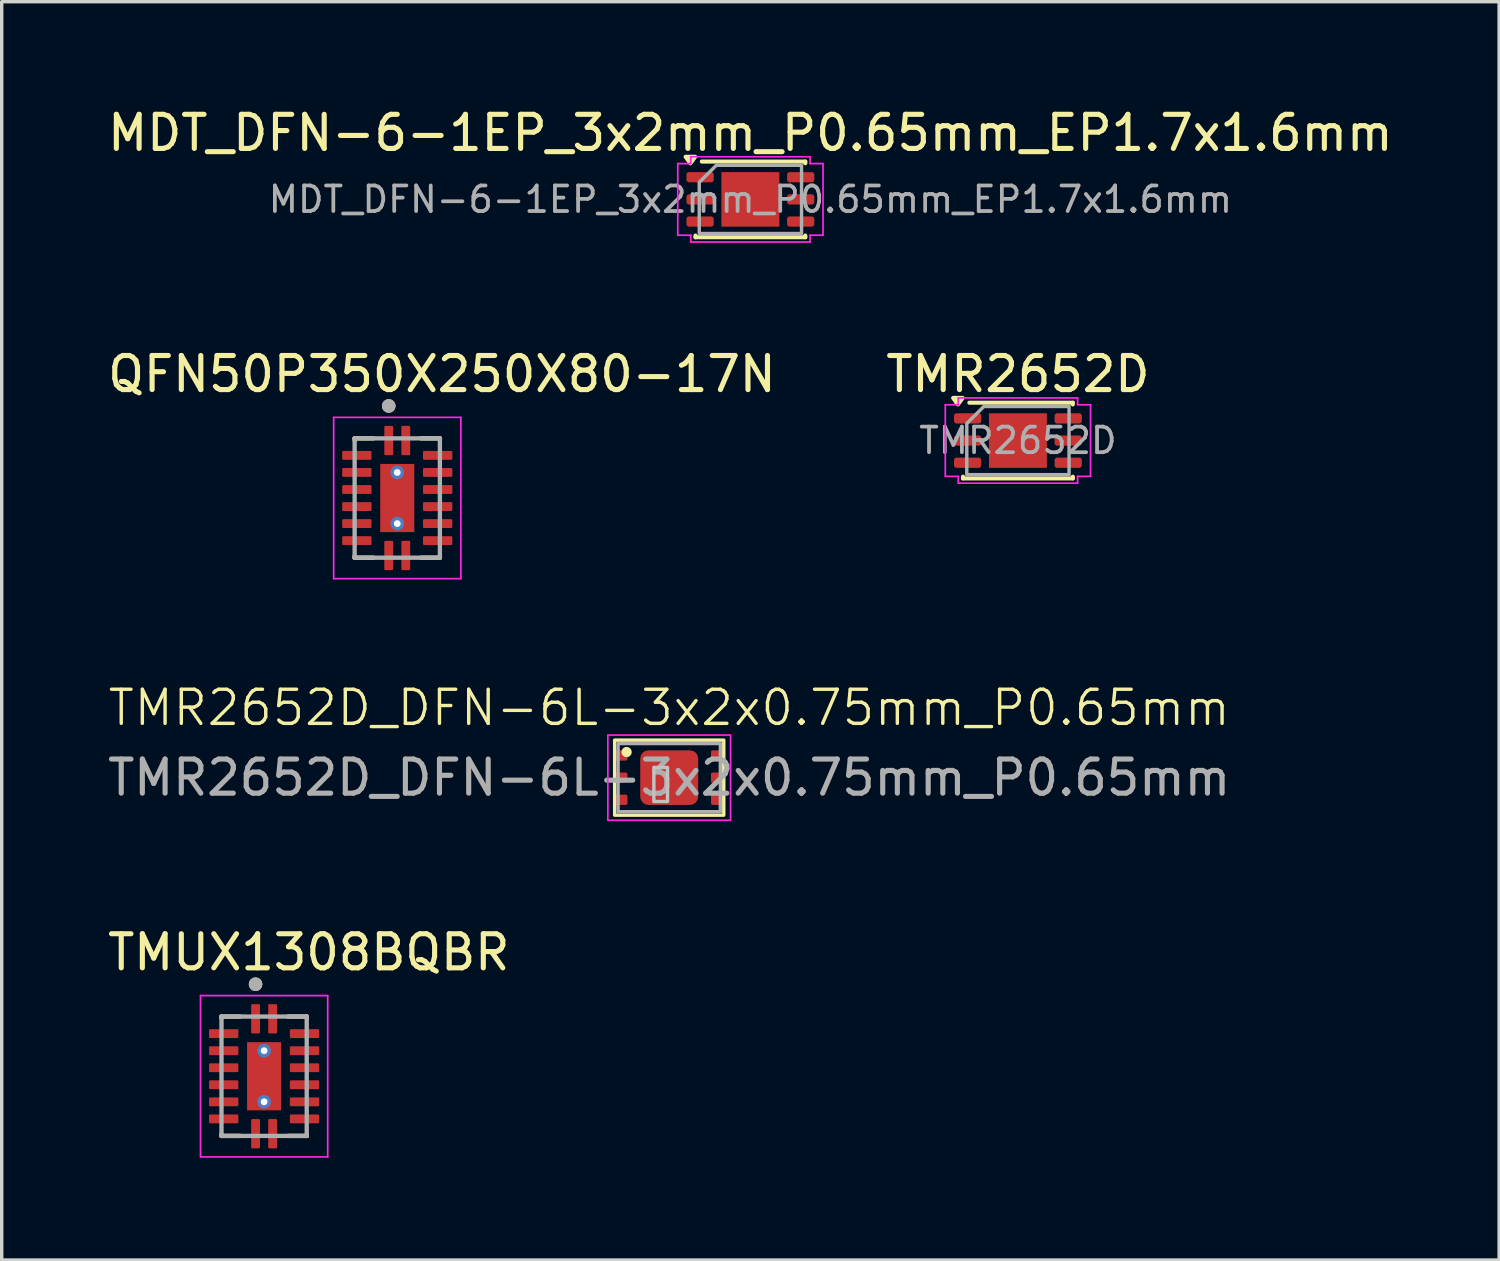
<source format=kicad_pcb>
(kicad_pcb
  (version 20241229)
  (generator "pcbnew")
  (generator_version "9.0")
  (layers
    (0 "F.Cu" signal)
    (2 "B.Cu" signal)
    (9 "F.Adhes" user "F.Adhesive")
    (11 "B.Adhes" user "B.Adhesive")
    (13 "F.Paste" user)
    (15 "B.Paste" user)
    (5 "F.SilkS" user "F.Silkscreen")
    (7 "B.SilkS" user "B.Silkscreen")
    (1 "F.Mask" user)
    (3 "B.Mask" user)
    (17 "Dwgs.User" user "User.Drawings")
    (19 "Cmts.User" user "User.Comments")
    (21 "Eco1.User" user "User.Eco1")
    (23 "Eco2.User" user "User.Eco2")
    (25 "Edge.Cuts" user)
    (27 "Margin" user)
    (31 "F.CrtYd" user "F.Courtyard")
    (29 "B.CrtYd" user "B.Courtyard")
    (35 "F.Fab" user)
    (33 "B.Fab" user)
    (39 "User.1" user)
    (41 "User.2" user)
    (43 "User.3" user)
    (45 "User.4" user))
  (footprint "QFN50P350X250X80-17N"
    (layer "F.Cu")
    (at 8.601 11.556)
    (property "Reference" "QFN50P350X250X80-17N" (at 1.31 -3.635 0) (layer "F.SilkS") (effects (font (size 1 1) (thickness 0.15))))
    (attr smd)
    (fp_line (start -1.25 -1.75) (end -1.25 -1.7) (stroke (width 0.127) (type solid)) (layer "F.SilkS"))
    (fp_line (start -1.25 -1.75) (end -0.7 -1.75) (stroke (width 0.127) (type solid)) (layer "F.SilkS"))
    (fp_line (start -1.25 1.75) (end -1.25 1.7) (stroke (width 0.127) (type solid)) (layer "F.SilkS"))
    (fp_line (start -1.25 1.75) (end -0.7 1.75) (stroke (width 0.127) (type solid)) (layer "F.SilkS"))
    (fp_line (start 1.25 -1.75) (end 0.7 -1.75) (stroke (width 0.127) (type solid)) (layer "F.SilkS"))
    (fp_line (start 1.25 -1.75) (end 1.25 -1.7) (stroke (width 0.127) (type solid)) (layer "F.SilkS"))
    (fp_line (start 1.25 1.75) (end 0.7 1.75) (stroke (width 0.127) (type solid)) (layer "F.SilkS"))
    (fp_line (start 1.25 1.75) (end 1.25 1.7) (stroke (width 0.127) (type solid)) (layer "F.SilkS"))
    (fp_circle (center -0.25 -2.7) (end -0.15 -2.7) (stroke (width 0.2) (type solid)) (fill no) (layer "F.SilkS"))
    (fp_poly (pts (xy -0.315 -0.63) (xy 0.315 -0.63) (xy 0.315 0.63) (xy -0.315 0.63)) (stroke (width 0.01) (type solid)) (fill yes) (layer "F.Paste"))
    (fp_line (start -1.865 -2.365) (end 1.865 -2.365) (stroke (width 0.05) (type solid)) (layer "F.CrtYd"))
    (fp_line (start -1.865 2.365) (end -1.865 -2.365) (stroke (width 0.05) (type solid)) (layer "F.CrtYd"))
    (fp_line (start -1.865 2.365) (end 1.865 2.365) (stroke (width 0.05) (type solid)) (layer "F.CrtYd"))
    (fp_line (start 1.865 2.365) (end 1.865 -2.365) (stroke (width 0.05) (type solid)) (layer "F.CrtYd"))
    (fp_line (start -1.25 1.75) (end -1.25 -1.75) (stroke (width 0.127) (type solid)) (layer "F.Fab"))
    (fp_line (start 1.25 -1.75) (end -1.25 -1.75) (stroke (width 0.127) (type solid)) (layer "F.Fab"))
    (fp_line (start 1.25 1.75) (end -1.25 1.75) (stroke (width 0.127) (type solid)) (layer "F.Fab"))
    (fp_line (start 1.25 1.75) (end 1.25 -1.75) (stroke (width 0.127) (type solid)) (layer "F.Fab"))
    (fp_circle (center -0.25 -2.7) (end -0.15 -2.7) (stroke (width 0.2) (type solid)) (fill no) (layer "F.Fab"))
    (pad "1" smd roundrect (at -0.25 -1.685) (size 0.26 0.86) (layers "F.Cu" "F.Mask" "F.Paste") (roundrect_rratio 0.125))
    (pad "2" smd roundrect (at -1.185 -1.25) (size 0.86 0.26) (layers "F.Cu" "F.Mask" "F.Paste") (roundrect_rratio 0.125))
    (pad "3" smd roundrect (at -1.185 -0.75) (size 0.86 0.26) (layers "F.Cu" "F.Mask" "F.Paste") (roundrect_rratio 0.125))
    (pad "4" smd roundrect (at -1.185 -0.25) (size 0.86 0.26) (layers "F.Cu" "F.Mask" "F.Paste") (roundrect_rratio 0.125))
    (pad "5" smd roundrect (at -1.185 0.25) (size 0.86 0.26) (layers "F.Cu" "F.Mask" "F.Paste") (roundrect_rratio 0.125))
    (pad "6" smd roundrect (at -1.185 0.75) (size 0.86 0.26) (layers "F.Cu" "F.Mask" "F.Paste") (roundrect_rratio 0.125))
    (pad "7" smd roundrect (at -1.185 1.25) (size 0.86 0.26) (layers "F.Cu" "F.Mask" "F.Paste") (roundrect_rratio 0.125))
    (pad "8" smd roundrect (at -0.25 1.685) (size 0.26 0.86) (layers "F.Cu" "F.Mask" "F.Paste") (roundrect_rratio 0.125))
    (pad "9" smd roundrect (at 0.25 1.685) (size 0.26 0.86) (layers "F.Cu" "F.Mask" "F.Paste") (roundrect_rratio 0.125))
    (pad "10" smd roundrect (at 1.185 1.25) (size 0.86 0.26) (layers "F.Cu" "F.Mask" "F.Paste") (roundrect_rratio 0.125))
    (pad "11" smd roundrect (at 1.185 0.75) (size 0.86 0.26) (layers "F.Cu" "F.Mask" "F.Paste") (roundrect_rratio 0.125))
    (pad "12" smd roundrect (at 1.185 0.25) (size 0.86 0.26) (layers "F.Cu" "F.Mask" "F.Paste") (roundrect_rratio 0.125))
    (pad "13" smd roundrect (at 1.185 -0.25) (size 0.86 0.26) (layers "F.Cu" "F.Mask" "F.Paste") (roundrect_rratio 0.125))
    (pad "14" smd roundrect (at 1.185 -0.75) (size 0.86 0.26) (layers "F.Cu" "F.Mask" "F.Paste") (roundrect_rratio 0.125))
    (pad "15" smd roundrect (at 1.185 -1.25) (size 0.86 0.26) (layers "F.Cu" "F.Mask" "F.Paste") (roundrect_rratio 0.125))
    (pad "16" smd roundrect (at 0.25 -1.685) (size 0.26 0.86) (layers "F.Cu" "F.Mask" "F.Paste") (roundrect_rratio 0.125))
    (pad "17" smd rect (at 0 0) (size 1 2) (layers "F.Cu" "F.Mask"))
    (pad "18" thru_hole circle (at 0 -0.75) (size 0.4 0.4) (drill 0.2) (layers "*.Cu"))
    (pad "19" thru_hole circle (at 0 0.75) (size 0.4 0.4) (drill 0.2) (layers "*.Cu")))
  (footprint "MDT_DFN-6-1EP_3x2mm_P0.65mm_EP1.7x1.6mm"
    (layer "F.Cu")
    (at 18.958 2.798)
    (property "Reference" "MDT_DFN-6-1EP_3x2mm_P0.65mm_EP1.7x1.6mm" (at 0 -1.95 0) (layer "F.SilkS") (effects (font (size 1 1) (thickness 0.15))))
    (attr smd)
    (fp_line (start -1.61 1.11) (end -1.61 1.06) (stroke (width 0.12) (type solid)) (layer "F.SilkS"))
    (fp_line (start -1.425 -1.11) (end 1.61 -1.11) (stroke (width 0.12) (type solid)) (layer "F.SilkS"))
    (fp_line (start 1.61 -1.11) (end 1.61 -1.06) (stroke (width 0.12) (type solid)) (layer "F.SilkS"))
    (fp_line (start 1.61 1.06) (end 1.61 1.11) (stroke (width 0.12) (type solid)) (layer "F.SilkS"))
    (fp_line (start 1.61 1.11) (end -1.61 1.11) (stroke (width 0.12) (type solid)) (layer "F.SilkS"))
    (fp_poly (pts (xy -1.76 -1.06) (xy -1.9 -1.25) (xy -1.62 -1.25)) (stroke (width 0.12) (type solid)) (fill yes) (layer "F.SilkS"))
    (fp_line (start -2.13 -1.05) (end -1.75 -1.05) (stroke (width 0.05) (type solid)) (layer "F.CrtYd"))
    (fp_line (start -2.13 1.05) (end -2.13 -1.05) (stroke (width 0.05) (type solid)) (layer "F.CrtYd"))
    (fp_line (start -1.75 -1.25) (end 1.75 -1.25) (stroke (width 0.05) (type solid)) (layer "F.CrtYd"))
    (fp_line (start -1.75 -1.05) (end -1.75 -1.25) (stroke (width 0.05) (type solid)) (layer "F.CrtYd"))
    (fp_line (start -1.75 1.05) (end -2.13 1.05) (stroke (width 0.05) (type solid)) (layer "F.CrtYd"))
    (fp_line (start -1.75 1.25) (end -1.75 1.05) (stroke (width 0.05) (type solid)) (layer "F.CrtYd"))
    (fp_line (start 1.75 -1.25) (end 1.75 -1.05) (stroke (width 0.05) (type solid)) (layer "F.CrtYd"))
    (fp_line (start 1.75 -1.05) (end 2.13 -1.05) (stroke (width 0.05) (type solid)) (layer "F.CrtYd"))
    (fp_line (start 1.75 1.05) (end 1.75 1.25) (stroke (width 0.05) (type solid)) (layer "F.CrtYd"))
    (fp_line (start 1.75 1.25) (end -1.75 1.25) (stroke (width 0.05) (type solid)) (layer "F.CrtYd"))
    (fp_line (start 2.13 -1.05) (end 2.13 1.05) (stroke (width 0.05) (type solid)) (layer "F.CrtYd"))
    (fp_line (start 2.13 1.05) (end 1.75 1.05) (stroke (width 0.05) (type solid)) (layer "F.CrtYd"))
    (fp_poly (pts (xy -1 -1) (xy 1.5 -1) (xy 1.5 1) (xy -1.5 1) (xy -1.5 -0.5)) (stroke (width 0.1) (type solid)) (fill no) (layer "F.Fab"))
    (fp_text user "${REFERENCE}" (at 0 0 0) (layer "F.Fab") (effects (font (size 0.75 0.75) (thickness 0.11))))
    (pad "" smd roundrect (at -0.425 -0.4) (size 0.69 0.64) (layers "F.Paste") (roundrect_rratio 0.25))
    (pad "" smd roundrect (at -0.425 0.4) (size 0.69 0.64) (layers "F.Paste") (roundrect_rratio 0.25))
    (pad "" smd roundrect (at 0.425 -0.4) (size 0.69 0.64) (layers "F.Paste") (roundrect_rratio 0.25))
    (pad "" smd roundrect (at 0.425 0.4) (size 0.69 0.64) (layers "F.Paste") (roundrect_rratio 0.25))
    (pad "1" smd roundrect (at -1.475 -0.65) (size 0.8 0.3) (layers "F.Cu" "F.Mask" "F.Paste") (roundrect_rratio 0.25))
    (pad "2" smd roundrect (at -1.475 0) (size 0.8 0.3) (layers "F.Cu" "F.Mask" "F.Paste") (roundrect_rratio 0.25))
    (pad "3" smd roundrect (at -1.475 0.65) (size 0.8 0.3) (layers "F.Cu" "F.Mask" "F.Paste") (roundrect_rratio 0.25))
    (pad "4" smd roundrect (at 1.475 0.65) (size 0.8 0.3) (layers "F.Cu" "F.Mask" "F.Paste") (roundrect_rratio 0.25))
    (pad "5" smd roundrect (at 1.475 0) (size 0.8 0.3) (layers "F.Cu" "F.Mask" "F.Paste") (roundrect_rratio 0.25))
    (pad "6" smd roundrect (at 1.475 -0.65) (size 0.8 0.3) (layers "F.Cu" "F.Mask" "F.Paste") (roundrect_rratio 0.25))
    (pad "7" smd rect (at 0 0) (size 1.7 1.6) (property pad_prop_heatsink) (layers "F.Cu" "F.Mask")))
  (footprint "TMR2652D"
    (layer "F.Cu")
    (at 26.804 9.871)
    (property "Reference" "TMR2652D" (at 0 -1.95 0) (layer "F.SilkS") (effects (font (size 1 1) (thickness 0.15))))
    (attr smd)
    (fp_line (start -1.61 1.11) (end -1.61 1.06) (stroke (width 0.12) (type solid)) (layer "F.SilkS"))
    (fp_line (start -1.425 -1.11) (end 1.61 -1.11) (stroke (width 0.12) (type solid)) (layer "F.SilkS"))
    (fp_line (start 1.61 -1.11) (end 1.61 -1.06) (stroke (width 0.12) (type solid)) (layer "F.SilkS"))
    (fp_line (start 1.61 1.06) (end 1.61 1.11) (stroke (width 0.12) (type solid)) (layer "F.SilkS"))
    (fp_line (start 1.61 1.11) (end -1.61 1.11) (stroke (width 0.12) (type solid)) (layer "F.SilkS"))
    (fp_poly (pts (xy -1.76 -1.06) (xy -1.9 -1.25) (xy -1.62 -1.25)) (stroke (width 0.12) (type solid)) (fill yes) (layer "F.SilkS"))
    (fp_line (start -2.13 -1.05) (end -1.75 -1.05) (stroke (width 0.05) (type solid)) (layer "F.CrtYd"))
    (fp_line (start -2.13 1.05) (end -2.13 -1.05) (stroke (width 0.05) (type solid)) (layer "F.CrtYd"))
    (fp_line (start -1.75 -1.25) (end 1.75 -1.25) (stroke (width 0.05) (type solid)) (layer "F.CrtYd"))
    (fp_line (start -1.75 -1.05) (end -1.75 -1.25) (stroke (width 0.05) (type solid)) (layer "F.CrtYd"))
    (fp_line (start -1.75 1.05) (end -2.13 1.05) (stroke (width 0.05) (type solid)) (layer "F.CrtYd"))
    (fp_line (start -1.75 1.25) (end -1.75 1.05) (stroke (width 0.05) (type solid)) (layer "F.CrtYd"))
    (fp_line (start 1.75 -1.25) (end 1.75 -1.05) (stroke (width 0.05) (type solid)) (layer "F.CrtYd"))
    (fp_line (start 1.75 -1.05) (end 2.13 -1.05) (stroke (width 0.05) (type solid)) (layer "F.CrtYd"))
    (fp_line (start 1.75 1.05) (end 1.75 1.25) (stroke (width 0.05) (type solid)) (layer "F.CrtYd"))
    (fp_line (start 1.75 1.25) (end -1.75 1.25) (stroke (width 0.05) (type solid)) (layer "F.CrtYd"))
    (fp_line (start 2.13 -1.05) (end 2.13 1.05) (stroke (width 0.05) (type solid)) (layer "F.CrtYd"))
    (fp_line (start 2.13 1.05) (end 1.75 1.05) (stroke (width 0.05) (type solid)) (layer "F.CrtYd"))
    (fp_poly (pts (xy -1 -1) (xy 1.5 -1) (xy 1.5 1) (xy -1.5 1) (xy -1.5 -0.5)) (stroke (width 0.1) (type solid)) (fill no) (layer "F.Fab"))
    (fp_text user "${REFERENCE}" (at 0 0 0) (layer "F.Fab") (effects (font (size 0.75 0.75) (thickness 0.11))))
    (pad "" smd roundrect (at -0.425 -0.4) (size 0.69 0.64) (layers "F.Paste") (roundrect_rratio 0.25))
    (pad "" smd roundrect (at -0.425 0.4) (size 0.69 0.64) (layers "F.Paste") (roundrect_rratio 0.25))
    (pad "" smd roundrect (at 0.425 -0.4) (size 0.69 0.64) (layers "F.Paste") (roundrect_rratio 0.25))
    (pad "" smd roundrect (at 0.425 0.4) (size 0.69 0.64) (layers "F.Paste") (roundrect_rratio 0.25))
    (pad "1" smd roundrect (at -1.475 -0.65) (size 0.8 0.3) (layers "F.Cu" "F.Mask" "F.Paste") (roundrect_rratio 0.25))
    (pad "2" smd roundrect (at -1.475 0) (size 0.8 0.3) (layers "F.Cu" "F.Mask" "F.Paste") (roundrect_rratio 0.25))
    (pad "3" smd roundrect (at -1.475 0.65) (size 0.8 0.3) (layers "F.Cu" "F.Mask" "F.Paste") (roundrect_rratio 0.25))
    (pad "4" smd roundrect (at 1.475 0.65) (size 0.8 0.3) (layers "F.Cu" "F.Mask" "F.Paste") (roundrect_rratio 0.25))
    (pad "5" smd roundrect (at 1.475 0) (size 0.8 0.3) (layers "F.Cu" "F.Mask" "F.Paste") (roundrect_rratio 0.25))
    (pad "6" smd roundrect (at 1.475 -0.65) (size 0.8 0.3) (layers "F.Cu" "F.Mask" "F.Paste") (roundrect_rratio 0.25))
    (pad "7" smd rect (at 0 0) (size 1.7 1.6) (property pad_prop_heatsink) (layers "F.Cu" "F.Mask")))
  (footprint "TMUX1308BQBR"
    (layer "F.Cu")
    (at 4.696 28.515)
    (property "Reference" "TMUX1308BQBR" (at 1.31 -3.635 0) (layer "F.SilkS") (effects (font (size 1 1) (thickness 0.15))))
    (attr smd)
    (fp_line (start -1.25 -1.75) (end -1.25 -1.7) (stroke (width 0.127) (type solid)) (layer "F.SilkS"))
    (fp_line (start -1.25 -1.75) (end -0.7 -1.75) (stroke (width 0.127) (type solid)) (layer "F.SilkS"))
    (fp_line (start -1.25 1.75) (end -1.25 1.7) (stroke (width 0.127) (type solid)) (layer "F.SilkS"))
    (fp_line (start -1.25 1.75) (end -0.7 1.75) (stroke (width 0.127) (type solid)) (layer "F.SilkS"))
    (fp_line (start 1.25 -1.75) (end 0.7 -1.75) (stroke (width 0.127) (type solid)) (layer "F.SilkS"))
    (fp_line (start 1.25 -1.75) (end 1.25 -1.7) (stroke (width 0.127) (type solid)) (layer "F.SilkS"))
    (fp_line (start 1.25 1.75) (end 0.7 1.75) (stroke (width 0.127) (type solid)) (layer "F.SilkS"))
    (fp_line (start 1.25 1.75) (end 1.25 1.7) (stroke (width 0.127) (type solid)) (layer "F.SilkS"))
    (fp_circle (center -0.25 -2.7) (end -0.15 -2.7) (stroke (width 0.2) (type solid)) (fill no) (layer "F.SilkS"))
    (fp_poly (pts (xy -0.315 -0.63) (xy 0.315 -0.63) (xy 0.315 0.63) (xy -0.315 0.63)) (stroke (width 0.01) (type solid)) (fill yes) (layer "F.Paste"))
    (fp_line (start -1.865 -2.365) (end 1.865 -2.365) (stroke (width 0.05) (type solid)) (layer "F.CrtYd"))
    (fp_line (start -1.865 2.365) (end -1.865 -2.365) (stroke (width 0.05) (type solid)) (layer "F.CrtYd"))
    (fp_line (start -1.865 2.365) (end 1.865 2.365) (stroke (width 0.05) (type solid)) (layer "F.CrtYd"))
    (fp_line (start 1.865 2.365) (end 1.865 -2.365) (stroke (width 0.05) (type solid)) (layer "F.CrtYd"))
    (fp_line (start -1.25 1.75) (end -1.25 -1.75) (stroke (width 0.127) (type solid)) (layer "F.Fab"))
    (fp_line (start 1.25 -1.75) (end -1.25 -1.75) (stroke (width 0.127) (type solid)) (layer "F.Fab"))
    (fp_line (start 1.25 1.75) (end -1.25 1.75) (stroke (width 0.127) (type solid)) (layer "F.Fab"))
    (fp_line (start 1.25 1.75) (end 1.25 -1.75) (stroke (width 0.127) (type solid)) (layer "F.Fab"))
    (fp_circle (center -0.25 -2.7) (end -0.15 -2.7) (stroke (width 0.2) (type solid)) (fill no) (layer "F.Fab"))
    (pad "1" smd roundrect (at -0.25 -1.685) (size 0.26 0.86) (layers "F.Cu" "F.Mask" "F.Paste") (roundrect_rratio 0.125))
    (pad "2" smd roundrect (at -1.185 -1.25) (size 0.86 0.26) (layers "F.Cu" "F.Mask" "F.Paste") (roundrect_rratio 0.125))
    (pad "3" smd roundrect (at -1.185 -0.75) (size 0.86 0.26) (layers "F.Cu" "F.Mask" "F.Paste") (roundrect_rratio 0.125))
    (pad "4" smd roundrect (at -1.185 -0.25) (size 0.86 0.26) (layers "F.Cu" "F.Mask" "F.Paste") (roundrect_rratio 0.125))
    (pad "5" smd roundrect (at -1.185 0.25) (size 0.86 0.26) (layers "F.Cu" "F.Mask" "F.Paste") (roundrect_rratio 0.125))
    (pad "6" smd roundrect (at -1.185 0.75) (size 0.86 0.26) (layers "F.Cu" "F.Mask" "F.Paste") (roundrect_rratio 0.125))
    (pad "7" smd roundrect (at -1.185 1.25) (size 0.86 0.26) (layers "F.Cu" "F.Mask" "F.Paste") (roundrect_rratio 0.125))
    (pad "8" smd roundrect (at -0.25 1.685) (size 0.26 0.86) (layers "F.Cu" "F.Mask" "F.Paste") (roundrect_rratio 0.125))
    (pad "9" smd roundrect (at 0.25 1.685) (size 0.26 0.86) (layers "F.Cu" "F.Mask" "F.Paste") (roundrect_rratio 0.125))
    (pad "10" smd roundrect (at 1.185 1.25) (size 0.86 0.26) (layers "F.Cu" "F.Mask" "F.Paste") (roundrect_rratio 0.125))
    (pad "11" smd roundrect (at 1.185 0.75) (size 0.86 0.26) (layers "F.Cu" "F.Mask" "F.Paste") (roundrect_rratio 0.125))
    (pad "12" smd roundrect (at 1.185 0.25) (size 0.86 0.26) (layers "F.Cu" "F.Mask" "F.Paste") (roundrect_rratio 0.125))
    (pad "13" smd roundrect (at 1.185 -0.25) (size 0.86 0.26) (layers "F.Cu" "F.Mask" "F.Paste") (roundrect_rratio 0.125))
    (pad "14" smd roundrect (at 1.185 -0.75) (size 0.86 0.26) (layers "F.Cu" "F.Mask" "F.Paste") (roundrect_rratio 0.125))
    (pad "15" smd roundrect (at 1.185 -1.25) (size 0.86 0.26) (layers "F.Cu" "F.Mask" "F.Paste") (roundrect_rratio 0.125))
    (pad "16" smd roundrect (at 0.25 -1.685) (size 0.26 0.86) (layers "F.Cu" "F.Mask" "F.Paste") (roundrect_rratio 0.125))
    (pad "17" smd rect (at 0 0) (size 1 2) (layers "F.Cu" "F.Mask"))
    (pad "18" thru_hole circle (at 0 -0.75) (size 0.4 0.4) (drill 0.2) (layers "*.Cu"))
    (pad "19" thru_hole circle (at 0 0.75) (size 0.4 0.4) (drill 0.2) (layers "*.Cu")))
  (footprint "TMR2652D_DFN-6L-3x2x0.75mm_P0.65mm"
    (layer "F.Cu")
    (at 16.577 19.757)
    (property "Reference" "TMR2652D_DFN-6L-3x2x0.75mm_P0.65mm" (at 0 -2.05 0) (unlocked yes) (layer "F.SilkS") (effects (font (size 1 1) (thickness 0.1))))
    (attr smd)
    (fp_rect (start -1.6 -1.1) (end 1.6 1.1) (stroke (width 0.1) (type solid)) (fill no) (layer "F.SilkS"))
    (fp_circle (center -1.25 -0.75) (end -1.15 -0.75) (stroke (width 0.1) (type solid)) (fill yes) (layer "F.SilkS"))
    (fp_rect (start -0.45 -0.3) (end -0.05 0.7) (stroke (width 0.1) (type solid)) (fill no) (layer "Dwgs.User"))
    (fp_rect (start -1.8 -1.25) (end 1.8 1.25) (stroke (width 0.05) (type solid)) (fill no) (layer "F.CrtYd"))
    (fp_rect (start -1.5 -1) (end 1.5 1) (stroke (width 0.1) (type solid)) (fill no) (layer "F.Fab"))
    (fp_text user "${REFERENCE}" (at 0 0 0) (unlocked yes) (layer "F.Fab") (effects (font (size 1 1) (thickness 0.15))))
    (pad "1" smd roundrect (at -1.4 -0.65) (size 0.35 0.3) (layers "F.Cu" "F.Mask" "F.Paste") (roundrect_rratio 0.15) (chamfer_ratio 0) (chamfer top_left bottom_left))
    (pad "2" smd roundrect (at -1.4 0) (size 0.35 0.3) (layers "F.Cu" "F.Mask" "F.Paste") (roundrect_rratio 0.15) (chamfer_ratio 0) (chamfer top_left bottom_left))
    (pad "3" smd roundrect (at -1.4 0.65) (size 0.35 0.3) (layers "F.Cu" "F.Mask" "F.Paste") (roundrect_rratio 0.15) (chamfer_ratio 0) (chamfer top_left bottom_left))
    (pad "4" smd roundrect (at 1.4 0.65) (size 0.35 0.3) (layers "F.Cu" "F.Mask" "F.Paste") (roundrect_rratio 0.15) (chamfer_ratio 0) (chamfer top_right bottom_right))
    (pad "5" smd roundrect (at 1.4 0) (size 0.35 0.3) (layers "F.Cu" "F.Mask" "F.Paste") (roundrect_rratio 0.15) (chamfer_ratio 0) (chamfer top_right bottom_right))
    (pad "6" smd roundrect (at 1.4 -0.65) (size 0.35 0.3) (layers "F.Cu" "F.Mask" "F.Paste") (roundrect_rratio 0.15) (chamfer_ratio 0) (chamfer top_right bottom_right))
    (pad "7" smd roundrect (at 0 0) (size 1.7 1.6) (layers "F.Cu" "F.Mask" "F.Paste") (roundrect_rratio 0.15)))
  (gr_rect
    (start -3 -3)
    (end 40.917 33.905)
    (stroke (width 0.1) (type default))
    (fill no)
    (layer "Edge.Cuts")))
</source>
